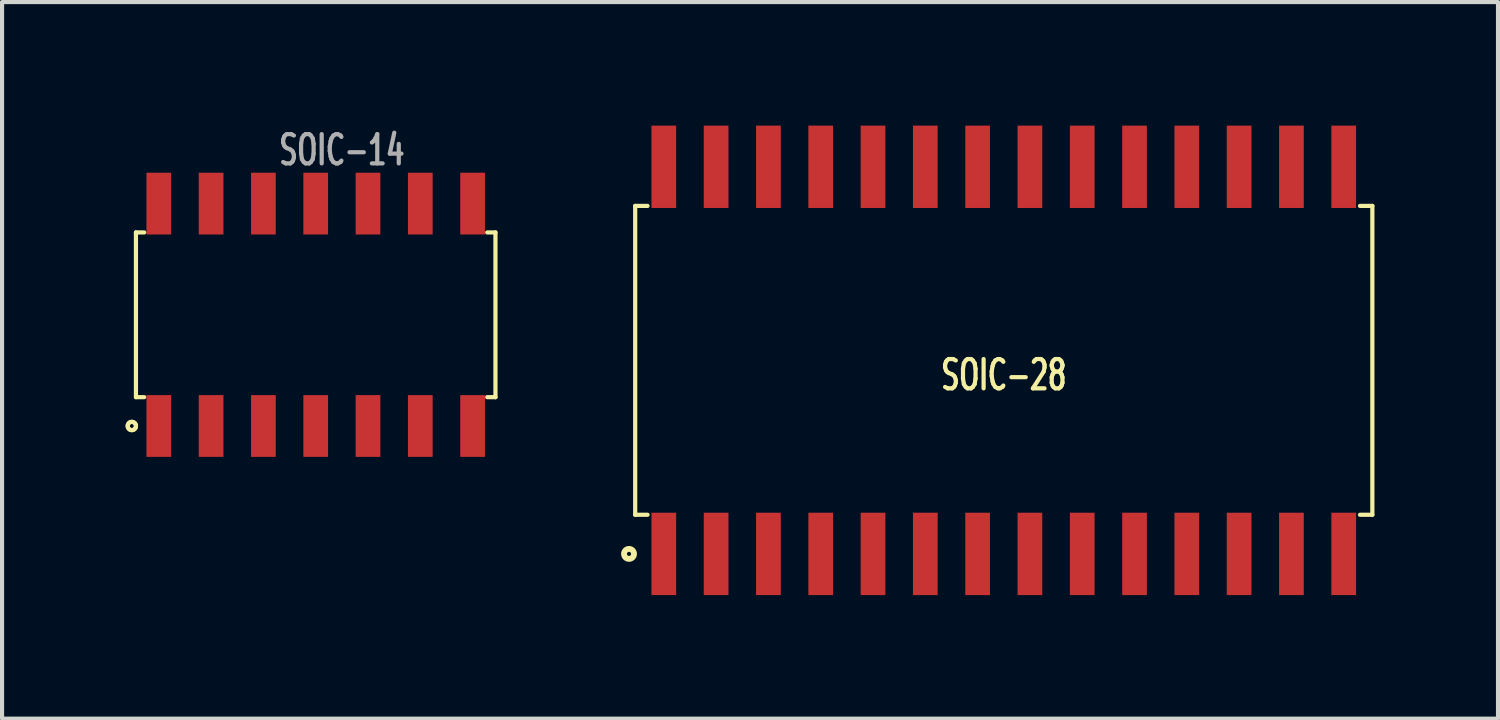
<source format=kicad_pcb>
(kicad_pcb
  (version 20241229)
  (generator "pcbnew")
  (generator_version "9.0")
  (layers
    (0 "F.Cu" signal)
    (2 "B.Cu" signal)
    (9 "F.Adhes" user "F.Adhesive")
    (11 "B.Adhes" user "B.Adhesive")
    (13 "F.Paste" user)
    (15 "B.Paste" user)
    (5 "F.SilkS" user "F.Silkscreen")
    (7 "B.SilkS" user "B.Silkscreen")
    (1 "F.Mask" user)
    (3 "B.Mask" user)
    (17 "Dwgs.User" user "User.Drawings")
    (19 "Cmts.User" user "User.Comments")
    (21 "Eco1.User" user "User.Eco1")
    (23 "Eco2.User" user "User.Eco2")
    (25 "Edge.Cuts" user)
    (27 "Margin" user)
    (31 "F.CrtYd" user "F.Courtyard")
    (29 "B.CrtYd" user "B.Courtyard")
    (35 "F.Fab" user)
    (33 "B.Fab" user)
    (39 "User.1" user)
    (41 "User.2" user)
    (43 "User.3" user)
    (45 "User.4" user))
  (footprint "SOIC-28"
    (layer "F.Cu")
    (at 21.324 5.7)
    (property "Reference" "SOIC-28" (at 0 0.356 0) (layer "F.SilkS") (effects (font (size 0.711 0.457) (thickness 0.102))))
    (attr through_hole)
    (fp_line (start -8.95 -3.75) (end -8.95 3.75) (stroke (width 0.102) (type solid)) (layer "F.SilkS"))
    (fp_line (start -8.95 -3.75) (end -8.65 -3.75) (stroke (width 0.102) (type solid)) (layer "F.SilkS"))
    (fp_line (start -8.95 3.75) (end -8.65 3.75) (stroke (width 0.102) (type solid)) (layer "F.SilkS"))
    (fp_line (start 8.65 -3.75) (end 8.95 -3.75) (stroke (width 0.102) (type solid)) (layer "F.SilkS"))
    (fp_line (start 8.95 -3.75) (end 8.95 3.75) (stroke (width 0.102) (type solid)) (layer "F.SilkS"))
    (fp_line (start 8.95 3.75) (end 8.65 3.75) (stroke (width 0.102) (type solid)) (layer "F.SilkS"))
    (fp_circle (center -9.1 4.7) (end -9.1 4.65) (stroke (width 0.102) (type solid)) (fill no) (layer "F.SilkS"))
    (fp_circle (center -9.1 4.7) (end -9 4.6) (stroke (width 0.102) (type solid)) (fill no) (layer "F.SilkS"))
    (pad "1" smd rect (at -8.255 4.7) (size 0.6 2) (layers "F.Cu" "F.Mask" "F.Paste"))
    (pad "2" smd rect (at -6.985 4.7) (size 0.6 2) (layers "F.Cu" "F.Mask" "F.Paste"))
    (pad "3" smd rect (at -5.715 4.7) (size 0.6 2) (layers "F.Cu" "F.Mask" "F.Paste"))
    (pad "4" smd rect (at -4.445 4.7) (size 0.6 2) (layers "F.Cu" "F.Mask" "F.Paste"))
    (pad "5" smd rect (at -3.175 4.7) (size 0.6 2) (layers "F.Cu" "F.Mask" "F.Paste"))
    (pad "6" smd rect (at -1.905 4.7) (size 0.6 2) (layers "F.Cu" "F.Mask" "F.Paste"))
    (pad "7" smd rect (at -0.635 4.7) (size 0.6 2) (layers "F.Cu" "F.Mask" "F.Paste"))
    (pad "8" smd rect (at 0.635 4.7) (size 0.6 2) (layers "F.Cu" "F.Mask" "F.Paste"))
    (pad "9" smd rect (at 1.905 4.7) (size 0.6 2) (layers "F.Cu" "F.Mask" "F.Paste"))
    (pad "10" smd rect (at 3.175 4.7) (size 0.6 2) (layers "F.Cu" "F.Mask" "F.Paste"))
    (pad "11" smd rect (at 4.445 4.7) (size 0.6 2) (layers "F.Cu" "F.Mask" "F.Paste"))
    (pad "12" smd rect (at 5.715 4.7) (size 0.6 2) (layers "F.Cu" "F.Mask" "F.Paste"))
    (pad "13" smd rect (at 6.985 4.7) (size 0.6 2) (layers "F.Cu" "F.Mask" "F.Paste"))
    (pad "14" smd rect (at 8.255 4.7) (size 0.6 2) (layers "F.Cu" "F.Mask" "F.Paste"))
    (pad "15" smd rect (at 8.255 -4.7) (size 0.6 2) (layers "F.Cu" "F.Mask" "F.Paste"))
    (pad "16" smd rect (at 6.985 -4.7) (size 0.6 2) (layers "F.Cu" "F.Mask" "F.Paste"))
    (pad "17" smd rect (at 5.715 -4.7) (size 0.6 2) (layers "F.Cu" "F.Mask" "F.Paste"))
    (pad "18" smd rect (at 4.445 -4.7) (size 0.6 2) (layers "F.Cu" "F.Mask" "F.Paste"))
    (pad "19" smd rect (at 3.175 -4.7) (size 0.6 2) (layers "F.Cu" "F.Mask" "F.Paste"))
    (pad "20" smd rect (at 1.905 -4.7) (size 0.6 2) (layers "F.Cu" "F.Mask" "F.Paste"))
    (pad "21" smd rect (at 0.635 -4.7) (size 0.6 2) (layers "F.Cu" "F.Mask" "F.Paste"))
    (pad "22" smd rect (at -0.635 -4.7) (size 0.6 2) (layers "F.Cu" "F.Mask" "F.Paste"))
    (pad "23" smd rect (at -1.905 -4.7) (size 0.6 2) (layers "F.Cu" "F.Mask" "F.Paste"))
    (pad "24" smd rect (at -3.175 -4.7) (size 0.6 2) (layers "F.Cu" "F.Mask" "F.Paste"))
    (pad "25" smd rect (at -4.445 -4.7) (size 0.6 2) (layers "F.Cu" "F.Mask" "F.Paste"))
    (pad "26" smd rect (at -5.715 -4.7) (size 0.6 2) (layers "F.Cu" "F.Mask" "F.Paste"))
    (pad "27" smd rect (at -6.985 -4.7) (size 0.6 2) (layers "F.Cu" "F.Mask" "F.Paste"))
    (pad "28" smd rect (at -8.255 -4.7) (size 0.6 2) (layers "F.Cu" "F.Mask" "F.Paste")))
  (footprint "SOIC-14"
    (layer "F.Cu")
    (at 4.616 4.594)
    (property "Reference" "SOIC-14" (at 0.635 -4 0) (layer "F.Fab") (effects (font (size 0.711 0.457) (thickness 0.102))))
    (attr through_hole)
    (fp_line (start -4.365 -2) (end -4.165 -2) (stroke (width 0.102) (type solid)) (layer "F.SilkS"))
    (fp_line (start -4.365 2) (end -4.365 -2) (stroke (width 0.102) (type solid)) (layer "F.SilkS"))
    (fp_line (start -4.365 2) (end -4.165 2) (stroke (width 0.102) (type solid)) (layer "F.SilkS"))
    (fp_line (start 4.365 -2) (end 4.165 -2) (stroke (width 0.102) (type solid)) (layer "F.SilkS"))
    (fp_line (start 4.365 -2) (end 4.365 2) (stroke (width 0.102) (type solid)) (layer "F.SilkS"))
    (fp_line (start 4.365 2) (end 4.165 2) (stroke (width 0.102) (type solid)) (layer "F.SilkS"))
    (fp_circle (center -4.465 2.7) (end -4.415 2.7) (stroke (width 0.102) (type solid)) (fill no) (layer "F.SilkS"))
    (fp_circle (center -4.465 2.7) (end -4.365 2.7) (stroke (width 0.102) (type solid)) (fill no) (layer "F.SilkS"))
    (pad "1" smd rect (at -3.81 2.7) (size 0.6 1.5) (layers "F.Cu" "F.Mask" "F.Paste"))
    (pad "2" smd rect (at -2.54 2.7) (size 0.6 1.5) (layers "F.Cu" "F.Mask" "F.Paste"))
    (pad "3" smd rect (at -1.27 2.7) (size 0.6 1.5) (layers "F.Cu" "F.Mask" "F.Paste"))
    (pad "4" smd rect (at 0 2.7) (size 0.6 1.5) (layers "F.Cu" "F.Mask" "F.Paste"))
    (pad "5" smd rect (at 1.27 2.7) (size 0.6 1.5) (layers "F.Cu" "F.Mask" "F.Paste"))
    (pad "6" smd rect (at 2.54 2.7) (size 0.6 1.5) (layers "F.Cu" "F.Mask" "F.Paste"))
    (pad "7" smd rect (at 3.81 2.7) (size 0.6 1.5) (layers "F.Cu" "F.Mask" "F.Paste"))
    (pad "8" smd rect (at 3.81 -2.7) (size 0.6 1.5) (layers "F.Cu" "F.Mask" "F.Paste"))
    (pad "9" smd rect (at 2.54 -2.7) (size 0.6 1.5) (layers "F.Cu" "F.Mask" "F.Paste"))
    (pad "10" smd rect (at 1.27 -2.7) (size 0.6 1.5) (layers "F.Cu" "F.Mask" "F.Paste"))
    (pad "11" smd rect (at 0 -2.7) (size 0.6 1.5) (layers "F.Cu" "F.Mask" "F.Paste"))
    (pad "12" smd rect (at -1.27 -2.7) (size 0.6 1.5) (layers "F.Cu" "F.Mask" "F.Paste"))
    (pad "13" smd rect (at -2.54 -2.7) (size 0.6 1.5) (layers "F.Cu" "F.Mask" "F.Paste"))
    (pad "14" smd rect (at -3.81 -2.7) (size 0.6 1.5) (layers "F.Cu" "F.Mask" "F.Paste")))
  (gr_rect
    (start -3 -3)
    (end 33.325 14.4)
    (stroke (width 0.1) (type default))
    (fill no)
    (layer "Edge.Cuts")))
</source>
